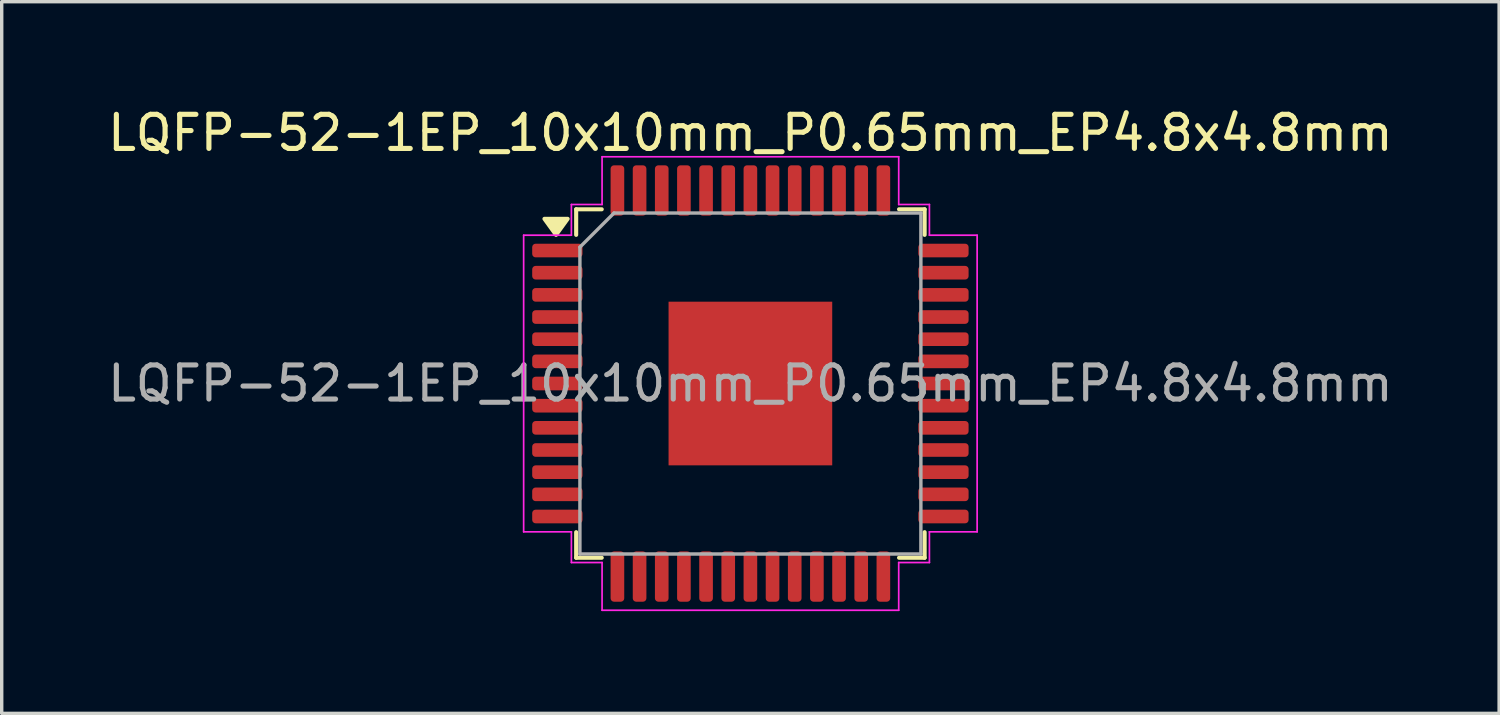
<source format=kicad_pcb>
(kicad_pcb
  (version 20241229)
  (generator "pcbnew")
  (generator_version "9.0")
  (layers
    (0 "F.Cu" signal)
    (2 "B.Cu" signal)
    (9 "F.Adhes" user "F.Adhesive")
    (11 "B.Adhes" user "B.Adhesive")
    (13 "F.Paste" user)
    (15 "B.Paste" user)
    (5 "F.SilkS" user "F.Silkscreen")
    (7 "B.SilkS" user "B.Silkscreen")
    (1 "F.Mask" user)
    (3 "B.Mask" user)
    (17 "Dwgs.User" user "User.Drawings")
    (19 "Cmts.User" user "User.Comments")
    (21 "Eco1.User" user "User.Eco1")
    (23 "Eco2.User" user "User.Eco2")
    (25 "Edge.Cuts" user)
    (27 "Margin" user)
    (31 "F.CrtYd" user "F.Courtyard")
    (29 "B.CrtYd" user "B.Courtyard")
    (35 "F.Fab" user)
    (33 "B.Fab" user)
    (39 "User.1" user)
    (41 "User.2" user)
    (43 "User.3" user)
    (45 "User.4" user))
  (footprint "LQFP-52-1EP_10x10mm_P0.65mm_EP4.8x4.8mm"
    (layer "F.Cu")
    (at 18.958 8.198)
    (property "Reference" "LQFP-52-1EP_10x10mm_P0.65mm_EP4.8x4.8mm" (at 0 -7.35 0) (layer "F.SilkS") (effects (font (size 1 1) (thickness 0.15))))
    (attr smd)
    (fp_line (start -5.11 -5.11) (end -5.11 -4.36) (stroke (width 0.12) (type solid)) (layer "F.SilkS"))
    (fp_line (start -5.11 5.11) (end -5.11 4.36) (stroke (width 0.12) (type solid)) (layer "F.SilkS"))
    (fp_line (start -4.36 -5.11) (end -5.11 -5.11) (stroke (width 0.12) (type solid)) (layer "F.SilkS"))
    (fp_line (start -4.36 5.11) (end -5.11 5.11) (stroke (width 0.12) (type solid)) (layer "F.SilkS"))
    (fp_line (start 4.36 -5.11) (end 5.11 -5.11) (stroke (width 0.12) (type solid)) (layer "F.SilkS"))
    (fp_line (start 4.36 5.11) (end 5.11 5.11) (stroke (width 0.12) (type solid)) (layer "F.SilkS"))
    (fp_line (start 5.11 -5.11) (end 5.11 -4.36) (stroke (width 0.12) (type solid)) (layer "F.SilkS"))
    (fp_line (start 5.11 5.11) (end 5.11 4.36) (stroke (width 0.12) (type solid)) (layer "F.SilkS"))
    (fp_poly (pts (xy -5.7 -4.36) (xy -6.04 -4.83) (xy -5.36 -4.83)) (stroke (width 0.12) (type solid)) (fill yes) (layer "F.SilkS"))
    (fp_line (start -6.65 -4.35) (end -5.25 -4.35) (stroke (width 0.05) (type solid)) (layer "F.CrtYd"))
    (fp_line (start -6.65 4.35) (end -6.65 -4.35) (stroke (width 0.05) (type solid)) (layer "F.CrtYd"))
    (fp_line (start -5.25 -5.25) (end -4.35 -5.25) (stroke (width 0.05) (type solid)) (layer "F.CrtYd"))
    (fp_line (start -5.25 -4.35) (end -5.25 -5.25) (stroke (width 0.05) (type solid)) (layer "F.CrtYd"))
    (fp_line (start -5.25 4.35) (end -6.65 4.35) (stroke (width 0.05) (type solid)) (layer "F.CrtYd"))
    (fp_line (start -5.25 5.25) (end -5.25 4.35) (stroke (width 0.05) (type solid)) (layer "F.CrtYd"))
    (fp_line (start -4.35 -6.65) (end 4.35 -6.65) (stroke (width 0.05) (type solid)) (layer "F.CrtYd"))
    (fp_line (start -4.35 -5.25) (end -4.35 -6.65) (stroke (width 0.05) (type solid)) (layer "F.CrtYd"))
    (fp_line (start -4.35 5.25) (end -5.25 5.25) (stroke (width 0.05) (type solid)) (layer "F.CrtYd"))
    (fp_line (start -4.35 6.65) (end -4.35 5.25) (stroke (width 0.05) (type solid)) (layer "F.CrtYd"))
    (fp_line (start 4.35 -6.65) (end 4.35 -5.25) (stroke (width 0.05) (type solid)) (layer "F.CrtYd"))
    (fp_line (start 4.35 -5.25) (end 5.25 -5.25) (stroke (width 0.05) (type solid)) (layer "F.CrtYd"))
    (fp_line (start 4.35 5.25) (end 4.35 6.65) (stroke (width 0.05) (type solid)) (layer "F.CrtYd"))
    (fp_line (start 4.35 6.65) (end -4.35 6.65) (stroke (width 0.05) (type solid)) (layer "F.CrtYd"))
    (fp_line (start 5.25 -5.25) (end 5.25 -4.35) (stroke (width 0.05) (type solid)) (layer "F.CrtYd"))
    (fp_line (start 5.25 -4.35) (end 6.65 -4.35) (stroke (width 0.05) (type solid)) (layer "F.CrtYd"))
    (fp_line (start 5.25 4.35) (end 5.25 5.25) (stroke (width 0.05) (type solid)) (layer "F.CrtYd"))
    (fp_line (start 5.25 5.25) (end 4.35 5.25) (stroke (width 0.05) (type solid)) (layer "F.CrtYd"))
    (fp_line (start 6.65 -4.35) (end 6.65 4.35) (stroke (width 0.05) (type solid)) (layer "F.CrtYd"))
    (fp_line (start 6.65 4.35) (end 5.25 4.35) (stroke (width 0.05) (type solid)) (layer "F.CrtYd"))
    (fp_line (start -5 -4) (end -4 -5) (stroke (width 0.1) (type solid)) (layer "F.Fab"))
    (fp_line (start -5 5) (end -5 -4) (stroke (width 0.1) (type solid)) (layer "F.Fab"))
    (fp_line (start -4 -5) (end 5 -5) (stroke (width 0.1) (type solid)) (layer "F.Fab"))
    (fp_line (start 5 -5) (end 5 5) (stroke (width 0.1) (type solid)) (layer "F.Fab"))
    (fp_line (start 5 5) (end -5 5) (stroke (width 0.1) (type solid)) (layer "F.Fab"))
    (fp_text user "${REFERENCE}" (at 0 0 0) (layer "F.Fab") (effects (font (size 1 1) (thickness 0.15))))
    (pad "" smd roundrect (at -1.6 -1.6) (size 1.29 1.29) (layers "F.Paste") (roundrect_rratio 0.194))
    (pad "" smd roundrect (at -1.6 0) (size 1.29 1.29) (layers "F.Paste") (roundrect_rratio 0.194))
    (pad "" smd roundrect (at -1.6 1.6) (size 1.29 1.29) (layers "F.Paste") (roundrect_rratio 0.194))
    (pad "" smd roundrect (at 0 -1.6) (size 1.29 1.29) (layers "F.Paste") (roundrect_rratio 0.194))
    (pad "" smd roundrect (at 0 0) (size 1.29 1.29) (layers "F.Paste") (roundrect_rratio 0.194))
    (pad "" smd roundrect (at 0 1.6) (size 1.29 1.29) (layers "F.Paste") (roundrect_rratio 0.194))
    (pad "" smd roundrect (at 1.6 -1.6) (size 1.29 1.29) (layers "F.Paste") (roundrect_rratio 0.194))
    (pad "" smd roundrect (at 1.6 0) (size 1.29 1.29) (layers "F.Paste") (roundrect_rratio 0.194))
    (pad "" smd roundrect (at 1.6 1.6) (size 1.29 1.29) (layers "F.Paste") (roundrect_rratio 0.194))
    (pad "1" smd roundrect (at -5.662 -3.9) (size 1.475 0.4) (layers "F.Cu" "F.Mask" "F.Paste") (roundrect_rratio 0.25))
    (pad "2" smd roundrect (at -5.662 -3.25) (size 1.475 0.4) (layers "F.Cu" "F.Mask" "F.Paste") (roundrect_rratio 0.25))
    (pad "3" smd roundrect (at -5.662 -2.6) (size 1.475 0.4) (layers "F.Cu" "F.Mask" "F.Paste") (roundrect_rratio 0.25))
    (pad "4" smd roundrect (at -5.662 -1.95) (size 1.475 0.4) (layers "F.Cu" "F.Mask" "F.Paste") (roundrect_rratio 0.25))
    (pad "5" smd roundrect (at -5.662 -1.3) (size 1.475 0.4) (layers "F.Cu" "F.Mask" "F.Paste") (roundrect_rratio 0.25))
    (pad "6" smd roundrect (at -5.662 -0.65) (size 1.475 0.4) (layers "F.Cu" "F.Mask" "F.Paste") (roundrect_rratio 0.25))
    (pad "7" smd roundrect (at -5.662 0) (size 1.475 0.4) (layers "F.Cu" "F.Mask" "F.Paste") (roundrect_rratio 0.25))
    (pad "8" smd roundrect (at -5.662 0.65) (size 1.475 0.4) (layers "F.Cu" "F.Mask" "F.Paste") (roundrect_rratio 0.25))
    (pad "9" smd roundrect (at -5.662 1.3) (size 1.475 0.4) (layers "F.Cu" "F.Mask" "F.Paste") (roundrect_rratio 0.25))
    (pad "10" smd roundrect (at -5.662 1.95) (size 1.475 0.4) (layers "F.Cu" "F.Mask" "F.Paste") (roundrect_rratio 0.25))
    (pad "11" smd roundrect (at -5.662 2.6) (size 1.475 0.4) (layers "F.Cu" "F.Mask" "F.Paste") (roundrect_rratio 0.25))
    (pad "12" smd roundrect (at -5.662 3.25) (size 1.475 0.4) (layers "F.Cu" "F.Mask" "F.Paste") (roundrect_rratio 0.25))
    (pad "13" smd roundrect (at -5.662 3.9) (size 1.475 0.4) (layers "F.Cu" "F.Mask" "F.Paste") (roundrect_rratio 0.25))
    (pad "14" smd roundrect (at -3.9 5.662) (size 0.4 1.475) (layers "F.Cu" "F.Mask" "F.Paste") (roundrect_rratio 0.25))
    (pad "15" smd roundrect (at -3.25 5.662) (size 0.4 1.475) (layers "F.Cu" "F.Mask" "F.Paste") (roundrect_rratio 0.25))
    (pad "16" smd roundrect (at -2.6 5.662) (size 0.4 1.475) (layers "F.Cu" "F.Mask" "F.Paste") (roundrect_rratio 0.25))
    (pad "17" smd roundrect (at -1.95 5.662) (size 0.4 1.475) (layers "F.Cu" "F.Mask" "F.Paste") (roundrect_rratio 0.25))
    (pad "18" smd roundrect (at -1.3 5.662) (size 0.4 1.475) (layers "F.Cu" "F.Mask" "F.Paste") (roundrect_rratio 0.25))
    (pad "19" smd roundrect (at -0.65 5.662) (size 0.4 1.475) (layers "F.Cu" "F.Mask" "F.Paste") (roundrect_rratio 0.25))
    (pad "20" smd roundrect (at 0 5.662) (size 0.4 1.475) (layers "F.Cu" "F.Mask" "F.Paste") (roundrect_rratio 0.25))
    (pad "21" smd roundrect (at 0.65 5.662) (size 0.4 1.475) (layers "F.Cu" "F.Mask" "F.Paste") (roundrect_rratio 0.25))
    (pad "22" smd roundrect (at 1.3 5.662) (size 0.4 1.475) (layers "F.Cu" "F.Mask" "F.Paste") (roundrect_rratio 0.25))
    (pad "23" smd roundrect (at 1.95 5.662) (size 0.4 1.475) (layers "F.Cu" "F.Mask" "F.Paste") (roundrect_rratio 0.25))
    (pad "24" smd roundrect (at 2.6 5.662) (size 0.4 1.475) (layers "F.Cu" "F.Mask" "F.Paste") (roundrect_rratio 0.25))
    (pad "25" smd roundrect (at 3.25 5.662) (size 0.4 1.475) (layers "F.Cu" "F.Mask" "F.Paste") (roundrect_rratio 0.25))
    (pad "26" smd roundrect (at 3.9 5.662) (size 0.4 1.475) (layers "F.Cu" "F.Mask" "F.Paste") (roundrect_rratio 0.25))
    (pad "27" smd roundrect (at 5.662 3.9) (size 1.475 0.4) (layers "F.Cu" "F.Mask" "F.Paste") (roundrect_rratio 0.25))
    (pad "28" smd roundrect (at 5.662 3.25) (size 1.475 0.4) (layers "F.Cu" "F.Mask" "F.Paste") (roundrect_rratio 0.25))
    (pad "29" smd roundrect (at 5.662 2.6) (size 1.475 0.4) (layers "F.Cu" "F.Mask" "F.Paste") (roundrect_rratio 0.25))
    (pad "30" smd roundrect (at 5.662 1.95) (size 1.475 0.4) (layers "F.Cu" "F.Mask" "F.Paste") (roundrect_rratio 0.25))
    (pad "31" smd roundrect (at 5.662 1.3) (size 1.475 0.4) (layers "F.Cu" "F.Mask" "F.Paste") (roundrect_rratio 0.25))
    (pad "32" smd roundrect (at 5.662 0.65) (size 1.475 0.4) (layers "F.Cu" "F.Mask" "F.Paste") (roundrect_rratio 0.25))
    (pad "33" smd roundrect (at 5.662 0) (size 1.475 0.4) (layers "F.Cu" "F.Mask" "F.Paste") (roundrect_rratio 0.25))
    (pad "34" smd roundrect (at 5.662 -0.65) (size 1.475 0.4) (layers "F.Cu" "F.Mask" "F.Paste") (roundrect_rratio 0.25))
    (pad "35" smd roundrect (at 5.662 -1.3) (size 1.475 0.4) (layers "F.Cu" "F.Mask" "F.Paste") (roundrect_rratio 0.25))
    (pad "36" smd roundrect (at 5.662 -1.95) (size 1.475 0.4) (layers "F.Cu" "F.Mask" "F.Paste") (roundrect_rratio 0.25))
    (pad "37" smd roundrect (at 5.662 -2.6) (size 1.475 0.4) (layers "F.Cu" "F.Mask" "F.Paste") (roundrect_rratio 0.25))
    (pad "38" smd roundrect (at 5.662 -3.25) (size 1.475 0.4) (layers "F.Cu" "F.Mask" "F.Paste") (roundrect_rratio 0.25))
    (pad "39" smd roundrect (at 5.662 -3.9) (size 1.475 0.4) (layers "F.Cu" "F.Mask" "F.Paste") (roundrect_rratio 0.25))
    (pad "40" smd roundrect (at 3.9 -5.662) (size 0.4 1.475) (layers "F.Cu" "F.Mask" "F.Paste") (roundrect_rratio 0.25))
    (pad "41" smd roundrect (at 3.25 -5.662) (size 0.4 1.475) (layers "F.Cu" "F.Mask" "F.Paste") (roundrect_rratio 0.25))
    (pad "42" smd roundrect (at 2.6 -5.662) (size 0.4 1.475) (layers "F.Cu" "F.Mask" "F.Paste") (roundrect_rratio 0.25))
    (pad "43" smd roundrect (at 1.95 -5.662) (size 0.4 1.475) (layers "F.Cu" "F.Mask" "F.Paste") (roundrect_rratio 0.25))
    (pad "44" smd roundrect (at 1.3 -5.662) (size 0.4 1.475) (layers "F.Cu" "F.Mask" "F.Paste") (roundrect_rratio 0.25))
    (pad "45" smd roundrect (at 0.65 -5.662) (size 0.4 1.475) (layers "F.Cu" "F.Mask" "F.Paste") (roundrect_rratio 0.25))
    (pad "46" smd roundrect (at 0 -5.662) (size 0.4 1.475) (layers "F.Cu" "F.Mask" "F.Paste") (roundrect_rratio 0.25))
    (pad "47" smd roundrect (at -0.65 -5.662) (size 0.4 1.475) (layers "F.Cu" "F.Mask" "F.Paste") (roundrect_rratio 0.25))
    (pad "48" smd roundrect (at -1.3 -5.662) (size 0.4 1.475) (layers "F.Cu" "F.Mask" "F.Paste") (roundrect_rratio 0.25))
    (pad "49" smd roundrect (at -1.95 -5.662) (size 0.4 1.475) (layers "F.Cu" "F.Mask" "F.Paste") (roundrect_rratio 0.25))
    (pad "50" smd roundrect (at -2.6 -5.662) (size 0.4 1.475) (layers "F.Cu" "F.Mask" "F.Paste") (roundrect_rratio 0.25))
    (pad "51" smd roundrect (at -3.25 -5.662) (size 0.4 1.475) (layers "F.Cu" "F.Mask" "F.Paste") (roundrect_rratio 0.25))
    (pad "52" smd roundrect (at -3.9 -5.662) (size 0.4 1.475) (layers "F.Cu" "F.Mask" "F.Paste") (roundrect_rratio 0.25))
    (pad "53" smd rect (at 0 0) (size 4.8 4.8) (property pad_prop_heatsink) (layers "F.Cu" "F.Mask")))
  (gr_rect
    (start -3 -3)
    (end 40.917 17.873)
    (stroke (width 0.1) (type default))
    (fill no)
    (layer "Edge.Cuts")))
</source>
